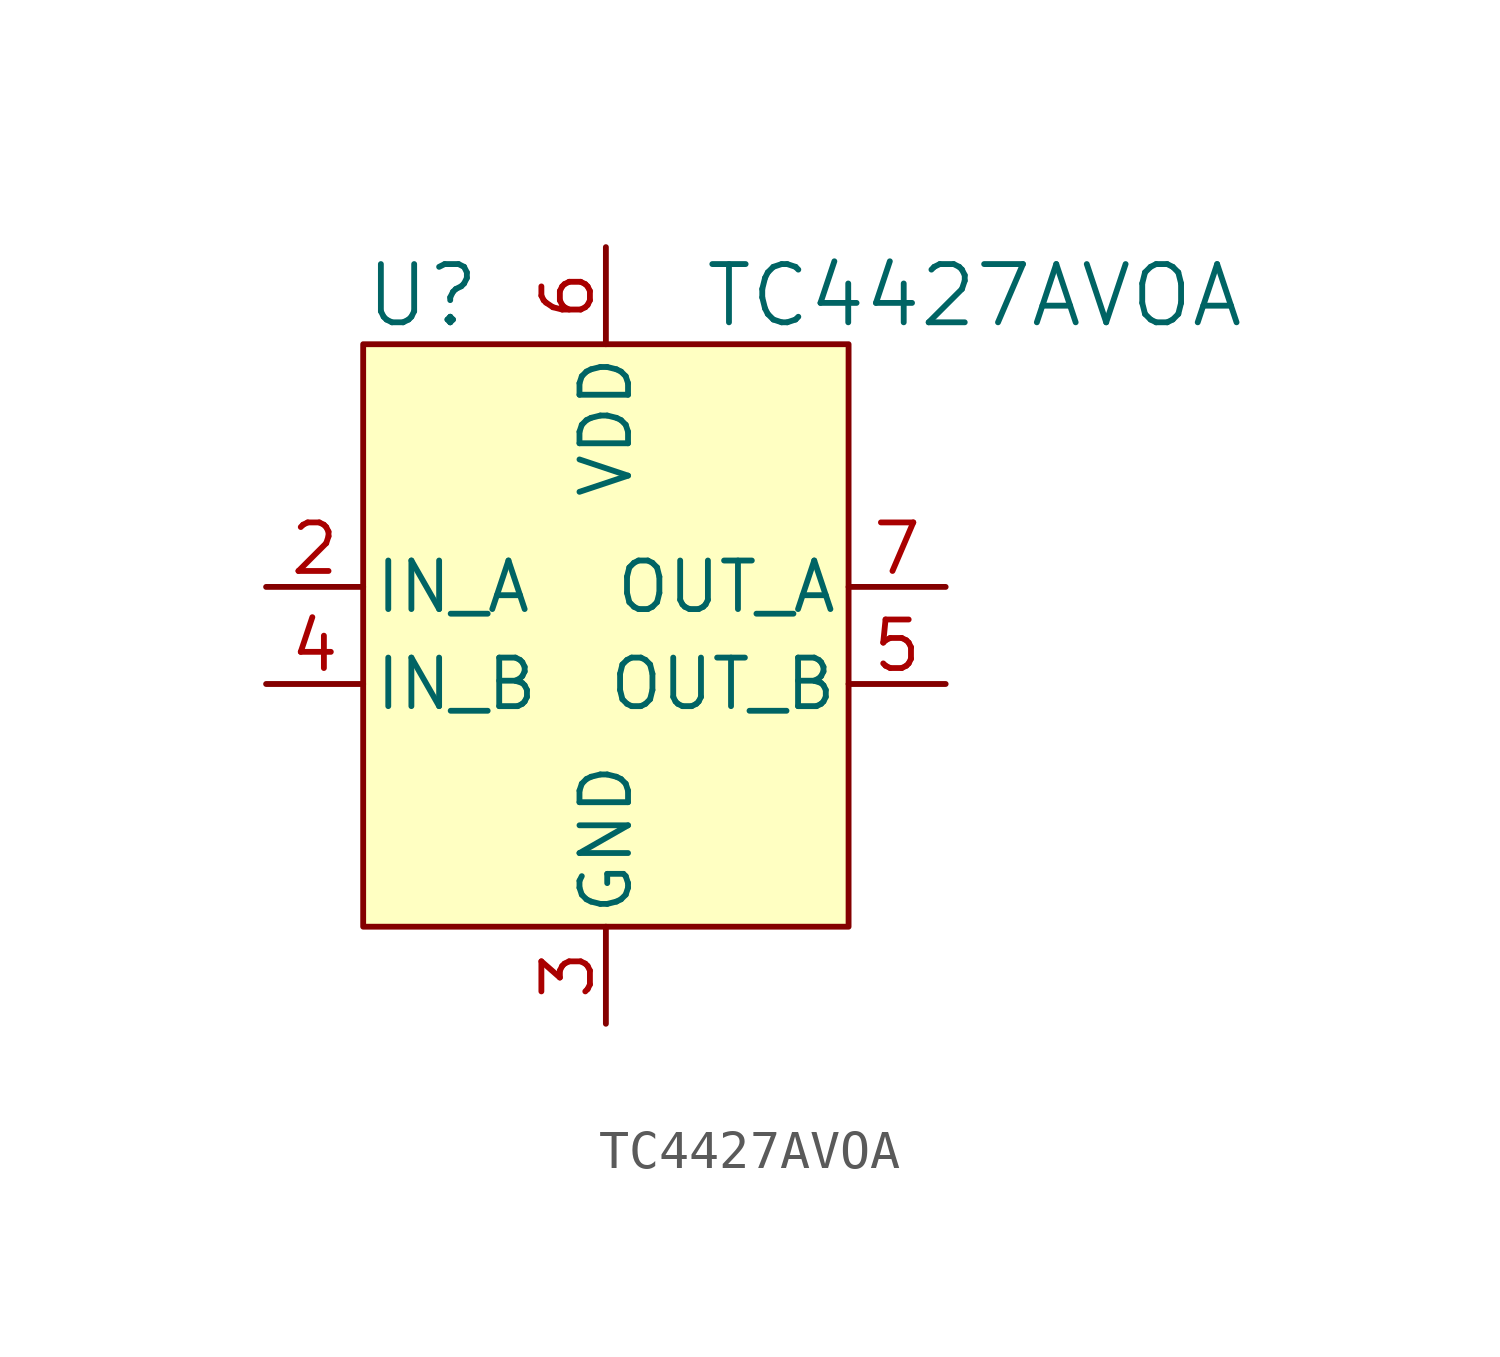
<source format=kicad_sym>
(kicad_symbol_lib
  (version 20220914)
  (generator kicad_symbol_editor)
  (symbol "TC4427AVOA"
    (pin_names
      (offset 0.254))
    (property "Reference" "U"
      (at -6.35 10.16 0)
      (effects (font (size 1.524 1.524)) (justify left)))
    (property "Value" "TC4427AVOA"
      (at 2.54 10.16 0)
      (effects (font (size 1.524 1.524)) (justify left)))
    (property "ki_locked" ""
      (at 0 0 0)
      (effects (font (size 1.27 1.27))))
    (symbol "TC4427AVOA_0_1"
      (pin power_in line (at 0 -8.89 90) (length 2.54) (name "GND" (effects (font (size 1.27 1.27)))) (number "3" (effects (font (size 1.27 1.27)))))
      (pin input line (at -8.89 0 0) (length 2.54) (name "IN_B" (effects (font (size 1.27 1.27)))) (number "4" (effects (font (size 1.27 1.27)))))
      (pin power_in line (at 0 11.43 270) (length 2.54) (name "VDD" (effects (font (size 1.27 1.27)))) (number "6" (effects (font (size 1.27 1.27))))))
    (symbol "TC4427AVOA_1_1"
      (rectangle (start -6.35 8.89) (end 6.35 -6.35) (stroke (width 0) (type default)) (fill (type background)))
      (pin no_connect line (at 6.35 -2.54 180) (length 2.54) hide (name "NC" (effects (font (size 1.27 1.27)))) (number "1" (effects (font (size 1.27 1.27)))))
      (pin input line (at -8.89 2.54 0) (length 2.54) (name "IN_A" (effects (font (size 1.27 1.27)))) (number "2" (effects (font (size 1.27 1.27)))))
      (pin output line (at 8.89 0 180) (length 2.54) (name "OUT_B" (effects (font (size 1.27 1.27)))) (number "5" (effects (font (size 1.27 1.27)))))
      (pin output line (at 8.89 2.54 180) (length 2.54) (name "OUT_A" (effects (font (size 1.27 1.27)))) (number "7" (effects (font (size 1.27 1.27)))))
      (pin no_connect line (at 6.35 -5.08 180) (length 2.54) hide (name "NC" (effects (font (size 1.27 1.27)))) (number "8" (effects (font (size 1.27 1.27))))))))
</source>
